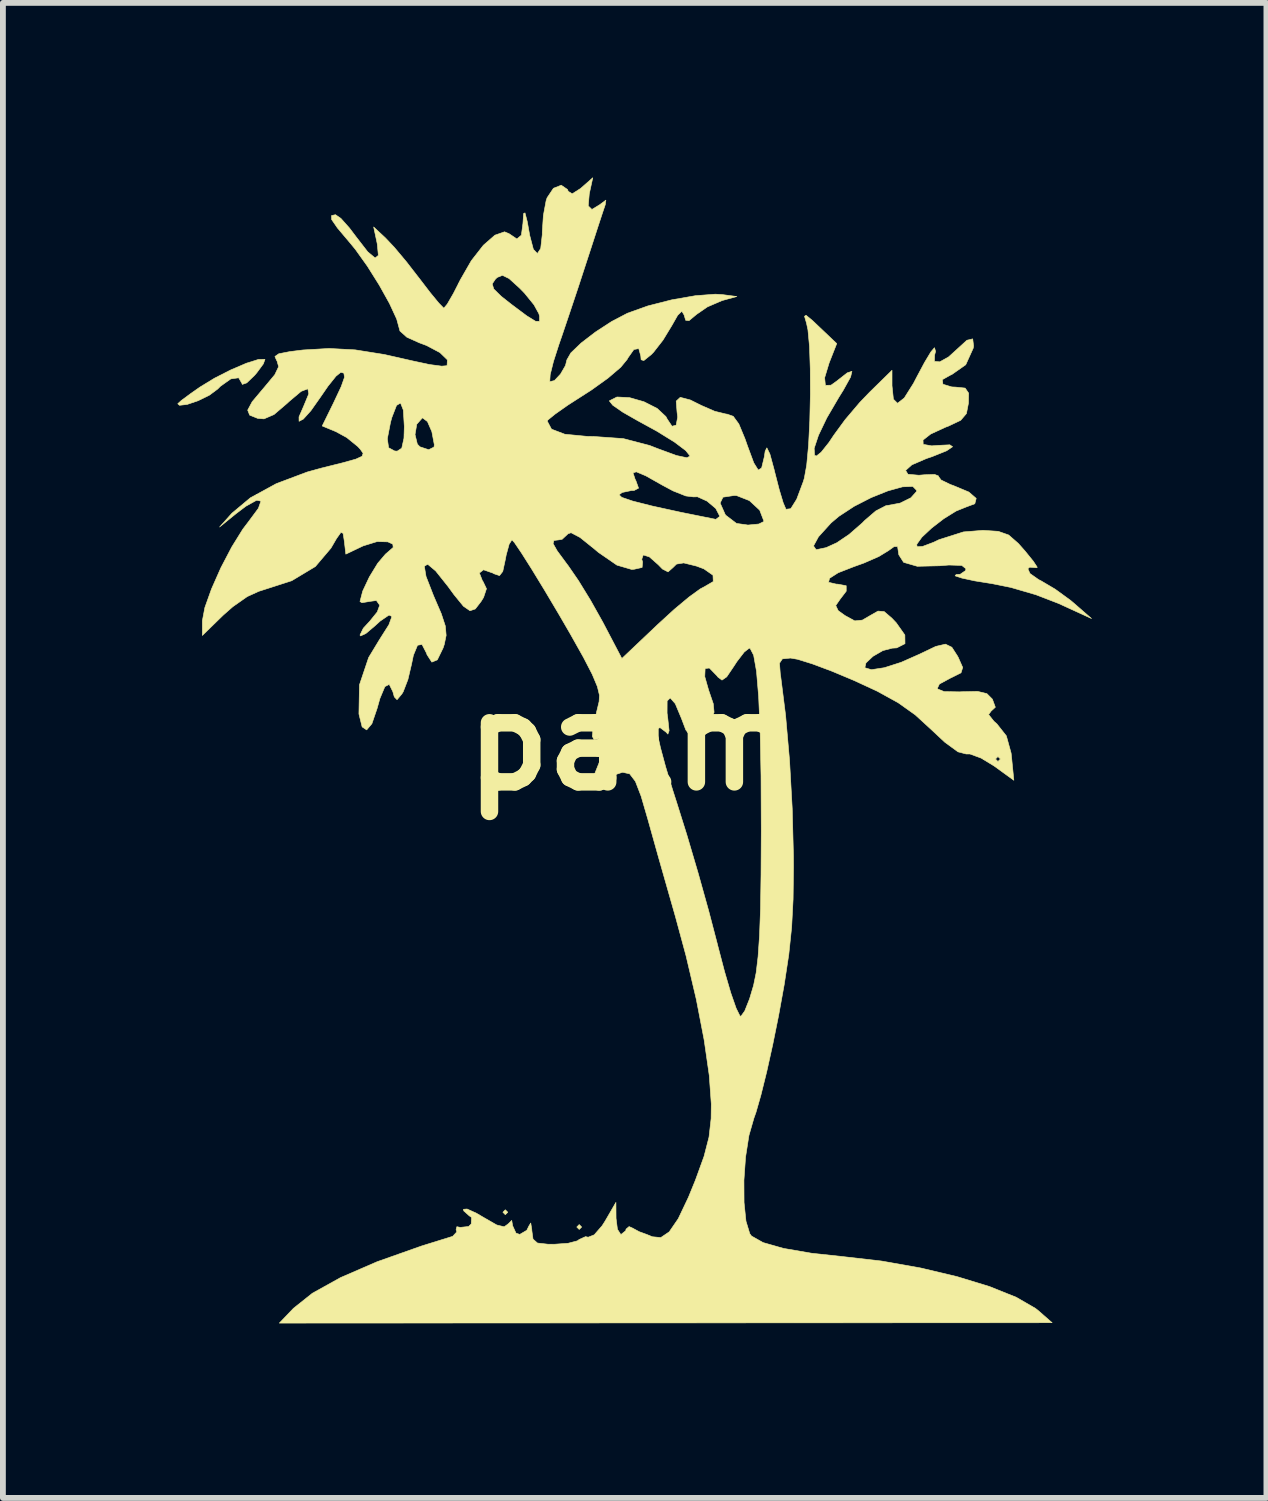
<source format=kicad_pcb>
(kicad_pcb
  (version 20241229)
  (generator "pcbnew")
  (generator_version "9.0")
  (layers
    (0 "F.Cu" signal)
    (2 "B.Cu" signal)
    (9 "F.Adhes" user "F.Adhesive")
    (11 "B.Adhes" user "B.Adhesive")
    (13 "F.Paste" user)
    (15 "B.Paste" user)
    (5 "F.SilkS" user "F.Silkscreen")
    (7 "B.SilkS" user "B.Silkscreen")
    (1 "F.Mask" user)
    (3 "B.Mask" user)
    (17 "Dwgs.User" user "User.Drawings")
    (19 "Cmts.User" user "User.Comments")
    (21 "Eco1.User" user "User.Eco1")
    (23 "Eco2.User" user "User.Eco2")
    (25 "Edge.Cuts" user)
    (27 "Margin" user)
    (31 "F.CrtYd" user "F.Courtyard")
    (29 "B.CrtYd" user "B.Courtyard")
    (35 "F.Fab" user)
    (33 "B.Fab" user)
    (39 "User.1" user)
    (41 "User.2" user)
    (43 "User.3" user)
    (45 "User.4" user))
  (footprint "palm"
    (layer "F.Cu")
    (at 7.794 9.699)
    (property "Reference" "palm" (at 0 0 0) (layer "F.SilkS") (effects (font (size 1.524 1.524) (thickness 0.3))))
    (attr through_hole)
    (fp_poly (pts (xy -2.117 8.086) (xy -2.159 8.128) (xy -2.201 8.086) (xy -2.159 8.043) (xy -2.117 8.086)) (stroke (width 0.01) (type solid)) (fill yes) (layer "F.SilkS"))
    (fp_poly (pts (xy -0.847 8.34) (xy -0.889 8.382) (xy -0.931 8.34) (xy -0.889 8.297) (xy -0.847 8.34)) (stroke (width 0.01) (type solid)) (fill yes) (layer "F.SilkS"))
    (fp_poly (pts (xy -6.29 -6.572) (xy -6.318 -6.495) (xy -6.43 -6.343) (xy -6.47 -6.296) (xy -6.604 -6.168) (xy -6.68 -6.142) (xy -6.686 -6.16) (xy -6.742 -6.256) (xy -6.877 -6.237) (xy -7.056 -6.11) (xy -7.104 -6.062) (xy -7.245 -5.957) (xy -7.437 -5.863) (xy -7.627 -5.798) (xy -7.759 -5.783) (xy -7.789 -5.81) (xy -7.726 -5.867) (xy -7.562 -5.988) (xy -7.409 -6.095) (xy -7.159 -6.248) (xy -6.878 -6.391) (xy -6.61 -6.506) (xy -6.4 -6.572) (xy -6.291 -6.573) (xy -6.29 -6.572)) (stroke (width 0.01) (type solid)) (fill yes) (layer "F.SilkS"))
    (fp_poly (pts (xy -0.716 -9.419) (xy -0.734 -9.211) (xy -0.671 -9.149) (xy -0.528 -9.236) (xy -0.512 -9.25) (xy -0.431 -9.309) (xy -0.441 -9.234) (xy -0.444 -9.223) (xy -0.489 -9.09) (xy -0.572 -8.837) (xy -0.68 -8.504) (xy -0.763 -8.25) (xy -0.905 -7.815) (xy -1.056 -7.363) (xy -1.19 -6.966) (xy -1.239 -6.825) (xy -1.332 -6.535) (xy -1.388 -6.31) (xy -1.395 -6.195) (xy -1.392 -6.19) (xy -1.315 -6.208) (xy -1.21 -6.32) (xy -1.125 -6.467) (xy -1.101 -6.564) (xy -1.033 -6.683) (xy -0.856 -6.853) (xy -0.609 -7.043) (xy -0.332 -7.223) (xy -0.063 -7.364) (xy -0.061 -7.365) (xy 0.291 -7.491) (xy 0.702 -7.596) (xy 1.109 -7.667) (xy 1.45 -7.693) (xy 1.569 -7.686) (xy 1.82 -7.653) (xy 1.566 -7.583) (xy 1.315 -7.475) (xy 1.129 -7.347) (xy 0.998 -7.238) (xy 0.941 -7.244) (xy 0.913 -7.337) (xy 0.875 -7.4) (xy 0.803 -7.33) (xy 0.703 -7.154) (xy 0.551 -6.904) (xy 0.389 -6.696) (xy 0.348 -6.654) (xy 0.221 -6.552) (xy 0.175 -6.566) (xy 0.169 -6.633) (xy 0.134 -6.758) (xy 0.05 -6.742) (xy -0.055 -6.593) (xy -0.065 -6.572) (xy -0.176 -6.437) (xy -0.395 -6.25) (xy -0.681 -6.045) (xy -0.798 -5.97) (xy -1.083 -5.787) (xy -1.302 -5.633) (xy -1.425 -5.533) (xy -1.439 -5.512) (xy -1.365 -5.373) (xy -1.137 -5.286) (xy -0.753 -5.249) (xy -0.639 -5.247) (xy -0.132 -5.211) (xy 0.32 -5.093) (xy 0.461 -5.038) (xy 0.782 -4.92) (xy 0.965 -4.881) (xy 1.016 -4.912) (xy 0.942 -5.005) (xy 0.75 -5.15) (xy 0.446 -5.338) (xy 0.112 -5.521) (xy -0.14 -5.665) (xy -0.313 -5.785) (xy -0.371 -5.858) (xy -0.369 -5.861) (xy -0.24 -5.926) (xy -0.024 -5.915) (xy 0.224 -5.844) (xy 0.451 -5.729) (xy 0.601 -5.589) (xy 0.622 -5.549) (xy 0.706 -5.423) (xy 0.777 -5.442) (xy 0.803 -5.58) (xy 0.792 -5.673) (xy 0.778 -5.855) (xy 0.848 -5.92) (xy 1.02 -5.875) (xy 1.211 -5.78) (xy 1.441 -5.68) (xy 1.638 -5.632) (xy 1.651 -5.632) (xy 1.758 -5.594) (xy 1.854 -5.463) (xy 1.96 -5.208) (xy 2.005 -5.08) (xy 2.111 -4.794) (xy 2.188 -4.67) (xy 2.246 -4.706) (xy 2.293 -4.9) (xy 2.307 -4.995) (xy 2.336 -5.052) (xy 2.388 -4.946) (xy 2.462 -4.674) (xy 2.473 -4.628) (xy 2.549 -4.333) (xy 2.617 -4.107) (xy 2.664 -3.997) (xy 2.665 -3.996) (xy 2.747 -4.006) (xy 2.849 -4.169) (xy 2.961 -4.468) (xy 2.98 -4.53) (xy 3.021 -4.757) (xy 3.053 -5.101) (xy 3.074 -5.52) (xy 3.084 -5.971) (xy 3.082 -6.41) (xy 3.069 -6.794) (xy 3.042 -7.081) (xy 3.017 -7.197) (xy 2.983 -7.313) (xy 3.009 -7.331) (xy 3.119 -7.241) (xy 3.24 -7.126) (xy 3.537 -6.844) (xy 3.406 -6.511) (xy 3.329 -6.257) (xy 3.342 -6.126) (xy 3.439 -6.129) (xy 3.534 -6.197) (xy 3.718 -6.341) (xy 3.798 -6.367) (xy 3.775 -6.269) (xy 3.649 -6.042) (xy 3.57 -5.915) (xy 3.366 -5.566) (xy 3.223 -5.267) (xy 3.149 -5.044) (xy 3.156 -4.924) (xy 3.187 -4.911) (xy 3.27 -4.977) (xy 3.403 -5.144) (xy 3.488 -5.271) (xy 3.681 -5.535) (xy 3.932 -5.831) (xy 4.102 -6.008) (xy 4.487 -6.385) (xy 4.487 -6.119) (xy 4.511 -5.888) (xy 4.582 -5.818) (xy 4.698 -5.909) (xy 4.856 -6.16) (xy 4.909 -6.262) (xy 5.046 -6.519) (xy 5.156 -6.702) (xy 5.217 -6.773) (xy 5.217 -6.773) (xy 5.236 -6.71) (xy 5.219 -6.646) (xy 5.216 -6.538) (xy 5.308 -6.53) (xy 5.459 -6.614) (xy 5.588 -6.731) (xy 5.774 -6.901) (xy 5.874 -6.925) (xy 5.889 -6.804) (xy 5.883 -6.765) (xy 5.754 -6.48) (xy 5.513 -6.311) (xy 5.496 -6.305) (xy 5.352 -6.224) (xy 5.362 -6.145) (xy 5.514 -6.099) (xy 5.578 -6.096) (xy 5.744 -6.079) (xy 5.804 -5.992) (xy 5.801 -5.821) (xy 5.766 -5.641) (xy 5.667 -5.525) (xy 5.456 -5.425) (xy 5.412 -5.409) (xy 5.153 -5.29) (xy 5.02 -5.186) (xy 5.023 -5.112) (xy 5.169 -5.086) (xy 5.275 -5.094) (xy 5.48 -5.104) (xy 5.528 -5.071) (xy 5.425 -5.001) (xy 5.176 -4.901) (xy 5.078 -4.868) (xy 4.828 -4.76) (xy 4.721 -4.664) (xy 4.761 -4.598) (xy 4.949 -4.581) (xy 5.042 -4.589) (xy 5.219 -4.595) (xy 5.287 -4.568) (xy 5.285 -4.561) (xy 5.331 -4.499) (xy 5.492 -4.421) (xy 5.538 -4.405) (xy 5.808 -4.292) (xy 5.934 -4.183) (xy 5.91 -4.091) (xy 5.76 -4.035) (xy 5.589 -3.966) (xy 5.378 -3.835) (xy 5.169 -3.674) (xy 5.001 -3.517) (xy 4.913 -3.395) (xy 4.917 -3.352) (xy 5.014 -3.358) (xy 5.202 -3.429) (xy 5.294 -3.473) (xy 5.715 -3.607) (xy 6.05 -3.634) (xy 6.313 -3.617) (xy 6.492 -3.554) (xy 6.658 -3.409) (xy 6.773 -3.279) (xy 6.917 -3.101) (xy 6.984 -2.999) (xy 6.97 -2.991) (xy 6.851 -3.001) (xy 6.822 -2.974) (xy 6.858 -2.892) (xy 7.007 -2.787) (xy 7.049 -2.766) (xy 7.291 -2.623) (xy 7.555 -2.431) (xy 7.62 -2.376) (xy 7.916 -2.118) (xy 7.35 -2.377) (xy 6.961 -2.527) (xy 6.529 -2.653) (xy 6.212 -2.717) (xy 5.907 -2.766) (xy 5.686 -2.814) (xy 5.572 -2.852) (xy 5.59 -2.875) (xy 5.659 -2.879) (xy 5.752 -2.943) (xy 5.757 -2.975) (xy 5.686 -3.031) (xy 5.465 -3.038) (xy 5.306 -3.025) (xy 4.922 -3.016) (xy 4.687 -3.084) (xy 4.604 -3.214) (xy 4.584 -3.348) (xy 4.583 -3.357) (xy 4.522 -3.354) (xy 4.424 -3.284) (xy 4.26 -3.184) (xy 4.004 -3.072) (xy 3.831 -3.01) (xy 3.562 -2.905) (xy 3.413 -2.81) (xy 3.397 -2.741) (xy 3.528 -2.71) (xy 3.556 -2.709) (xy 3.7 -2.682) (xy 3.7 -2.588) (xy 3.596 -2.452) (xy 3.52 -2.342) (xy 3.562 -2.254) (xy 3.68 -2.169) (xy 3.847 -2.078) (xy 3.977 -2.091) (xy 4.106 -2.166) (xy 4.247 -2.246) (xy 4.352 -2.238) (xy 4.483 -2.126) (xy 4.559 -2.046) (xy 4.708 -1.835) (xy 4.71 -1.686) (xy 4.568 -1.614) (xy 4.489 -1.609) (xy 4.329 -1.567) (xy 4.16 -1.469) (xy 4.039 -1.355) (xy 4.02 -1.273) (xy 4.133 -1.239) (xy 4.355 -1.273) (xy 4.645 -1.366) (xy 4.963 -1.507) (xy 4.971 -1.511) (xy 5.239 -1.639) (xy 5.406 -1.678) (xy 5.515 -1.625) (xy 5.613 -1.473) (xy 5.626 -1.449) (xy 5.702 -1.277) (xy 5.673 -1.185) (xy 5.513 -1.105) (xy 5.501 -1.1) (xy 5.301 -0.992) (xy 5.263 -0.911) (xy 5.382 -0.863) (xy 5.649 -0.858) (xy 5.683 -0.86) (xy 5.958 -0.866) (xy 6.117 -0.828) (xy 6.21 -0.735) (xy 6.213 -0.73) (xy 6.263 -0.594) (xy 6.192 -0.529) (xy 6.147 -0.468) (xy 6.239 -0.352) (xy 6.29 -0.307) (xy 6.452 -0.102) (xy 6.534 0.195) (xy 6.542 0.268) (xy 6.581 0.662) (xy 6.24 0.415) (xy 6.045 0.296) (xy 6.265 0.296) (xy 6.308 0.339) (xy 6.35 0.296) (xy 6.308 0.254) (xy 6.265 0.296) (xy 6.045 0.296) (xy 6.015 0.279) (xy 5.827 0.21) (xy 5.762 0.21) (xy 5.621 0.173) (xy 5.394 0.007) (xy 5.162 -0.21) (xy 4.887 -0.462) (xy 4.593 -0.671) (xy 4.232 -0.87) (xy 3.829 -1.056) (xy 3.457 -1.212) (xy 3.121 -1.338) (xy 2.864 -1.418) (xy 2.743 -1.439) (xy 2.603 -1.425) (xy 2.553 -1.35) (xy 2.567 -1.166) (xy 2.574 -1.122) (xy 2.658 -0.454) (xy 2.726 0.322) (xy 2.772 1.148) (xy 2.793 1.963) (xy 2.794 2.153) (xy 2.787 2.706) (xy 2.762 3.187) (xy 2.713 3.656) (xy 2.634 4.175) (xy 2.538 4.705) (xy 2.438 5.2) (xy 2.334 5.669) (xy 2.234 6.072) (xy 2.149 6.369) (xy 2.114 6.467) (xy 2.028 6.766) (xy 1.97 7.137) (xy 1.942 7.536) (xy 1.944 7.918) (xy 1.977 8.239) (xy 2.042 8.453) (xy 2.071 8.494) (xy 2.271 8.607) (xy 2.621 8.707) (xy 3.103 8.79) (xy 3.641 8.848) (xy 4.311 8.925) (xy 4.976 9.043) (xy 5.604 9.192) (xy 6.164 9.363) (xy 6.624 9.548) (xy 6.954 9.739) (xy 7.01 9.784) (xy 7.239 9.985) (xy 0.598 9.988) (xy -6.043 9.991) (xy -5.8 9.737) (xy -5.475 9.478) (xy -4.993 9.21) (xy -4.364 8.937) (xy -3.599 8.666) (xy -3.064 8.5) (xy -2.993 8.424) (xy -3.005 8.384) (xy -2.992 8.334) (xy -2.934 8.346) (xy -2.79 8.331) (xy -2.745 8.287) (xy -2.739 8.175) (xy -2.779 8.147) (xy -2.873 8.063) (xy -2.879 8.035) (xy -2.816 8.03) (xy -2.655 8.103) (xy -2.529 8.177) (xy -2.306 8.305) (xy -2.178 8.336) (xy -2.107 8.284) (xy -2.049 8.226) (xy -2.033 8.319) (xy -1.976 8.444) (xy -1.911 8.467) (xy -1.79 8.396) (xy -1.752 8.319) (xy -1.722 8.271) (xy -1.704 8.384) (xy -1.703 8.403) (xy -1.683 8.547) (xy -1.607 8.615) (xy -1.429 8.635) (xy -1.317 8.636) (xy -1.079 8.619) (xy -0.919 8.577) (xy -0.891 8.555) (xy -0.78 8.505) (xy -0.735 8.515) (xy -0.631 8.474) (xy -0.496 8.319) (xy -0.443 8.236) (xy -0.258 7.916) (xy -0.256 8.191) (xy -0.232 8.379) (xy -0.176 8.466) (xy -0.169 8.467) (xy -0.088 8.402) (xy -0.085 8.377) (xy -0.032 8.332) (xy 0.021 8.355) (xy 0.143 8.421) (xy 0.169 8.43) (xy 0.273 8.468) (xy 0.367 8.507) (xy 0.513 8.521) (xy 0.658 8.423) (xy 0.813 8.197) (xy 0.988 7.829) (xy 1.108 7.535) (xy 1.257 7.124) (xy 1.342 6.794) (xy 1.378 6.477) (xy 1.381 6.223) (xy 1.346 5.734) (xy 1.258 5.123) (xy 1.123 4.425) (xy 0.947 3.678) (xy 0.765 3.006) (xy 0.627 2.523) (xy 0.472 1.979) (xy 0.33 1.472) (xy 0.291 1.333) (xy 0.175 0.935) (xy 0.077 0.681) (xy -0.022 0.551) (xy -0.144 0.524) (xy -0.311 0.579) (xy -0.428 0.637) (xy -0.595 0.716) (xy -0.662 0.709) (xy -0.64 0.592) (xy -0.55 0.368) (xy -0.451 0.101) (xy -0.434 -0.038) (xy -0.502 -0.067) (xy -0.56 -0.05) (xy -0.634 -0.038) (xy -0.664 -0.094) (xy -0.65 -0.228) (xy 0.454 -0.228) (xy 0.456 -0.129) (xy 0.507 0.1) (xy 0.596 0.43) (xy 0.718 0.831) (xy 0.785 1.04) (xy 0.962 1.604) (xy 1.154 2.254) (xy 1.337 2.909) (xy 1.489 3.49) (xy 1.49 3.496) (xy 1.609 3.95) (xy 1.717 4.319) (xy 1.808 4.58) (xy 1.872 4.709) (xy 1.89 4.718) (xy 1.956 4.626) (xy 2.039 4.418) (xy 2.108 4.186) (xy 2.152 3.971) (xy 2.185 3.694) (xy 2.21 3.335) (xy 2.227 2.871) (xy 2.236 2.281) (xy 2.24 1.544) (xy 2.24 1.524) (xy 2.236 0.591) (xy 2.221 -0.174) (xy 2.195 -0.775) (xy 2.158 -1.212) (xy 2.109 -1.488) (xy 2.049 -1.604) (xy 2.033 -1.609) (xy 1.948 -1.543) (xy 1.821 -1.378) (xy 1.771 -1.301) (xy 1.646 -1.116) (xy 1.565 -1.06) (xy 1.494 -1.113) (xy 1.48 -1.132) (xy 1.348 -1.268) (xy 1.275 -1.259) (xy 1.269 -1.12) (xy 1.334 -0.891) (xy 1.415 -0.654) (xy 1.429 -0.507) (xy 1.375 -0.381) (xy 1.309 -0.289) (xy 1.152 -0.11) (xy 1.039 -0.079) (xy 0.943 -0.204) (xy 0.868 -0.402) (xy 0.762 -0.655) (xy 0.675 -0.754) (xy 0.622 -0.701) (xy 0.621 -0.494) (xy 0.633 -0.402) (xy 0.656 -0.19) (xy 0.635 -0.132) (xy 0.602 -0.167) (xy 0.502 -0.242) (xy 0.454 -0.228) (xy -0.65 -0.228) (xy -0.649 -0.245) (xy -0.589 -0.518) (xy -0.547 -0.691) (xy -0.541 -0.8) (xy -0.577 -0.949) (xy -0.665 -1.159) (xy -0.817 -1.453) (xy -1.042 -1.853) (xy -1.24 -2.194) (xy -1.486 -2.608) (xy -1.705 -2.967) (xy -1.881 -3.245) (xy -1.99 -3.406) (xy -1.338 -3.406) (xy -1.268 -3.282) (xy -1.102 -3.057) (xy -1.079 -3.027) (xy -0.902 -2.77) (xy -0.694 -2.431) (xy -0.496 -2.078) (xy -0.48 -2.049) (xy -0.156 -1.431) (xy 0.464 -2.019) (xy 0.745 -2.276) (xy 0.999 -2.488) (xy 1.191 -2.627) (xy 1.261 -2.664) (xy 1.415 -2.754) (xy 1.41 -2.863) (xy 1.254 -2.972) (xy 1.126 -3.02) (xy 0.907 -3.074) (xy 0.783 -3.054) (xy 0.721 -2.993) (xy 0.638 -2.92) (xy 0.542 -2.969) (xy 0.471 -3.042) (xy 0.317 -3.178) (xy 0.211 -3.211) (xy 0.186 -3.137) (xy 0.2 -3.09) (xy 0.192 -2.996) (xy 0.049 -2.964) (xy 0.009 -2.963) (xy -0.241 -3.036) (xy -0.56 -3.256) (xy -0.638 -3.322) (xy -0.693 -3.366) (xy 3.138 -3.366) (xy 3.183 -3.301) (xy 3.355 -3.337) (xy 3.539 -3.421) (xy 3.749 -3.563) (xy 3.975 -3.76) (xy 4.016 -3.802) (xy 4.208 -3.967) (xy 4.383 -4.058) (xy 4.424 -4.064) (xy 4.627 -4.102) (xy 4.811 -4.193) (xy 4.908 -4.301) (xy 4.911 -4.321) (xy 4.844 -4.389) (xy 4.668 -4.382) (xy 4.418 -4.313) (xy 4.129 -4.197) (xy 3.836 -4.047) (xy 3.574 -3.875) (xy 3.44 -3.762) (xy 3.223 -3.523) (xy 3.138 -3.366) (xy -0.693 -3.366) (xy -0.875 -3.512) (xy -1.029 -3.593) (xy -1.08 -3.576) (xy -1.183 -3.48) (xy -1.235 -3.471) (xy -1.324 -3.46) (xy -1.338 -3.406) (xy -1.99 -3.406) (xy -2 -3.421) (xy -2.045 -3.471) (xy -2.093 -3.397) (xy -2.144 -3.211) (xy -2.158 -3.136) (xy -2.203 -2.928) (xy -2.259 -2.856) (xy -2.354 -2.888) (xy -2.374 -2.9) (xy -2.534 -2.956) (xy -2.605 -2.901) (xy -2.552 -2.766) (xy -2.542 -2.754) (xy -2.483 -2.631) (xy -2.533 -2.481) (xy -2.576 -2.411) (xy -2.675 -2.283) (xy -2.766 -2.252) (xy -2.879 -2.33) (xy -3.042 -2.53) (xy -3.144 -2.67) (xy -3.356 -2.936) (xy -3.493 -3.051) (xy -3.551 -3.018) (xy -3.522 -2.842) (xy -3.399 -2.526) (xy -3.396 -2.518) (xy -3.26 -2.202) (xy -3.19 -1.989) (xy -3.176 -1.829) (xy -3.208 -1.674) (xy -3.229 -1.611) (xy -3.328 -1.408) (xy -3.422 -1.369) (xy -3.505 -1.497) (xy -3.514 -1.524) (xy -3.591 -1.673) (xy -3.668 -1.659) (xy -3.739 -1.487) (xy -3.771 -1.333) (xy -3.833 -1.07) (xy -3.914 -0.86) (xy -3.937 -0.822) (xy -4.02 -0.723) (xy -4.067 -0.772) (xy -4.092 -0.861) (xy -4.154 -0.987) (xy -4.229 -0.948) (xy -4.314 -0.746) (xy -4.363 -0.572) (xy -4.452 -0.311) (xy -4.542 -0.204) (xy -4.62 -0.256) (xy -4.673 -0.469) (xy -4.675 -0.483) (xy -4.666 -0.978) (xy -4.508 -1.448) (xy -4.319 -1.76) (xy -4.16 -2.011) (xy -4.108 -2.154) (xy -4.158 -2.178) (xy -4.308 -2.076) (xy -4.404 -1.989) (xy -4.557 -1.86) (xy -4.647 -1.819) (xy -4.657 -1.834) (xy -4.6 -1.951) (xy -4.487 -2.074) (xy -4.36 -2.231) (xy -4.318 -2.347) (xy -4.375 -2.428) (xy -4.487 -2.413) (xy -4.622 -2.39) (xy -4.657 -2.41) (xy -4.61 -2.59) (xy -4.496 -2.832) (xy -4.352 -3.068) (xy -4.217 -3.227) (xy -4.209 -3.233) (xy -4.086 -3.34) (xy -4.093 -3.397) (xy -4.178 -3.436) (xy -4.362 -3.441) (xy -4.599 -3.368) (xy -4.617 -3.36) (xy -4.9 -3.225) (xy -4.927 -3.454) (xy -4.947 -3.582) (xy -4.984 -3.6) (xy -5.06 -3.493) (xy -5.156 -3.328) (xy -5.424 -3.012) (xy -5.83 -2.768) (xy -6.383 -2.59) (xy -6.392 -2.588) (xy -6.594 -2.496) (xy -6.842 -2.322) (xy -7.006 -2.178) (xy -7.366 -1.827) (xy -7.366 -2.08) (xy -7.323 -2.307) (xy -7.209 -2.626) (xy -7.048 -2.99) (xy -6.86 -3.349) (xy -6.67 -3.655) (xy -6.575 -3.78) (xy -6.403 -4.012) (xy -6.359 -4.137) (xy -6.434 -4.151) (xy -6.619 -4.048) (xy -6.788 -3.92) (xy -7.07 -3.691) (xy -6.858 -3.928) (xy -6.541 -4.193) (xy -6.445 -4.245) (xy -0.204 -4.245) (xy -0.158 -4.201) (xy 0.03 -4.137) (xy 0.365 -4.052) (xy 0.854 -3.945) (xy 1.46 -3.823) (xy 1.523 -3.871) (xy 1.524 -3.882) (xy 1.458 -4.01) (xy 1.348 -4.103) (xy 1.533 -4.103) (xy 1.619 -3.909) (xy 1.629 -3.894) (xy 1.814 -3.753) (xy 2.01 -3.725) (xy 2.198 -3.743) (xy 2.285 -3.786) (xy 2.286 -3.791) (xy 2.213 -3.981) (xy 2.036 -4.145) (xy 1.817 -4.231) (xy 1.773 -4.233) (xy 1.582 -4.204) (xy 1.533 -4.103) (xy 1.348 -4.103) (xy 1.307 -4.137) (xy 1.144 -4.211) (xy 1.075 -4.209) (xy 0.943 -4.225) (xy 0.724 -4.312) (xy 0.543 -4.409) (xy 0.256 -4.571) (xy 0.092 -4.64) (xy 0.036 -4.621) (xy 0.071 -4.514) (xy 0.085 -4.487) (xy 0.131 -4.359) (xy 0.054 -4.319) (xy 0.008 -4.318) (xy -0.151 -4.285) (xy -0.204 -4.245) (xy -6.445 -4.245) (xy -6.096 -4.436) (xy -5.565 -4.636) (xy -5.312 -4.706) (xy -4.95 -4.796) (xy -4.728 -4.858) (xy -4.621 -4.907) (xy -4.603 -4.959) (xy -4.651 -5.027) (xy -4.694 -5.074) (xy -4.859 -5.208) (xy -4.187 -5.208) (xy -4.165 -5.054) (xy -4.061 -4.998) (xy -4.017 -4.995) (xy -3.939 -5.046) (xy -3.901 -5.217) (xy -3.899 -5.28) (xy -3.711 -5.28) (xy -3.671 -5.116) (xy -3.627 -5.07) (xy -3.476 -5.02) (xy -3.385 -5.065) (xy -3.379 -5.104) (xy -3.422 -5.331) (xy -3.497 -5.503) (xy -3.58 -5.566) (xy -3.587 -5.564) (xy -3.681 -5.458) (xy -3.711 -5.28) (xy -3.899 -5.28) (xy -3.895 -5.419) (xy -3.912 -5.701) (xy -3.96 -5.823) (xy -4.029 -5.781) (xy -4.11 -5.572) (xy -4.133 -5.487) (xy -4.187 -5.208) (xy -4.859 -5.208) (xy -4.883 -5.228) (xy -5.072 -5.331) (xy -5.306 -5.428) (xy -5.111 -5.825) (xy -4.98 -6.104) (xy -4.923 -6.265) (xy -4.934 -6.336) (xy -4.987 -6.35) (xy -5.069 -6.284) (xy -5.206 -6.113) (xy -5.334 -5.927) (xy -5.502 -5.689) (xy -5.631 -5.546) (xy -5.704 -5.508) (xy -5.705 -5.584) (xy -5.626 -5.765) (xy -5.537 -5.98) (xy -5.553 -6.067) (xy -5.668 -6.023) (xy -5.875 -5.849) (xy -5.908 -5.818) (xy -6.135 -5.624) (xy -6.307 -5.55) (xy -6.414 -5.558) (xy -6.553 -5.614) (xy -6.587 -5.7) (xy -6.51 -5.844) (xy -6.316 -6.075) (xy -6.298 -6.096) (xy -6.121 -6.309) (xy -6.055 -6.447) (xy -6.083 -6.546) (xy -6.09 -6.555) (xy -6.119 -6.622) (xy -6.052 -6.669) (xy -5.862 -6.706) (xy -5.636 -6.734) (xy -5.187 -6.76) (xy -4.74 -6.736) (xy -4.238 -6.656) (xy -3.743 -6.544) (xy -3.463 -6.484) (xy -3.252 -6.456) (xy -3.16 -6.464) (xy -3.155 -6.565) (xy -3.283 -6.689) (xy -3.513 -6.811) (xy -3.639 -6.858) (xy -3.852 -6.954) (xy -3.97 -7.06) (xy -3.979 -7.093) (xy -4.026 -7.266) (xy -4.149 -7.532) (xy -4.325 -7.848) (xy -4.529 -8.173) (xy -4.736 -8.463) (xy -4.84 -8.589) (xy -5.045 -8.832) (xy -5.144 -8.976) (xy -5.146 -9.044) (xy -5.078 -9.059) (xy -4.985 -8.995) (xy -4.838 -8.83) (xy -4.723 -8.678) (xy -4.524 -8.421) (xy -4.397 -8.315) (xy -4.341 -8.36) (xy -4.36 -8.556) (xy -4.363 -8.572) (xy -4.422 -8.848) (xy -4.22 -8.66) (xy -4.067 -8.498) (xy -3.86 -8.251) (xy -3.643 -7.971) (xy -3.638 -7.965) (xy -3.451 -7.721) (xy -3.302 -7.54) (xy -3.22 -7.456) (xy -3.214 -7.454) (xy -3.157 -7.522) (xy -3.052 -7.704) (xy -2.967 -7.87) (xy -2.384 -7.87) (xy -2.358 -7.782) (xy -2.228 -7.655) (xy -2.053 -7.517) (xy -1.791 -7.321) (xy -1.637 -7.226) (xy -1.571 -7.226) (xy -1.571 -7.314) (xy -1.582 -7.357) (xy -1.666 -7.51) (xy -1.829 -7.711) (xy -1.913 -7.797) (xy -2.095 -7.962) (xy -2.209 -8.017) (xy -2.298 -7.981) (xy -2.329 -7.952) (xy -2.384 -7.87) (xy -2.967 -7.87) (xy -2.933 -7.938) (xy -2.743 -8.269) (xy -2.536 -8.534) (xy -2.338 -8.707) (xy -2.172 -8.765) (xy -2.094 -8.732) (xy -1.96 -8.642) (xy -1.883 -8.707) (xy -1.856 -8.911) (xy -1.845 -9.079) (xy -1.821 -9.09) (xy -1.782 -8.94) (xy -1.739 -8.7) (xy -1.677 -8.464) (xy -1.608 -8.392) (xy -1.551 -8.478) (xy -1.524 -8.716) (xy -1.524 -8.757) (xy -1.505 -9.046) (xy -1.458 -9.299) (xy -1.441 -9.35) (xy -1.332 -9.513) (xy -1.198 -9.566) (xy -1.091 -9.493) (xy -1.078 -9.461) (xy -1.01 -9.418) (xy -0.868 -9.508) (xy -0.848 -9.525) (xy -0.656 -9.694) (xy -0.716 -9.419)) (stroke (width 0.01) (type solid)) (fill yes) (layer "F.SilkS")))
  (gr_rect
    (start -3 -3)
    (end 18.716 22.695)
    (stroke (width 0.1) (type default))
    (fill no)
    (layer "Edge.Cuts")))
</source>
